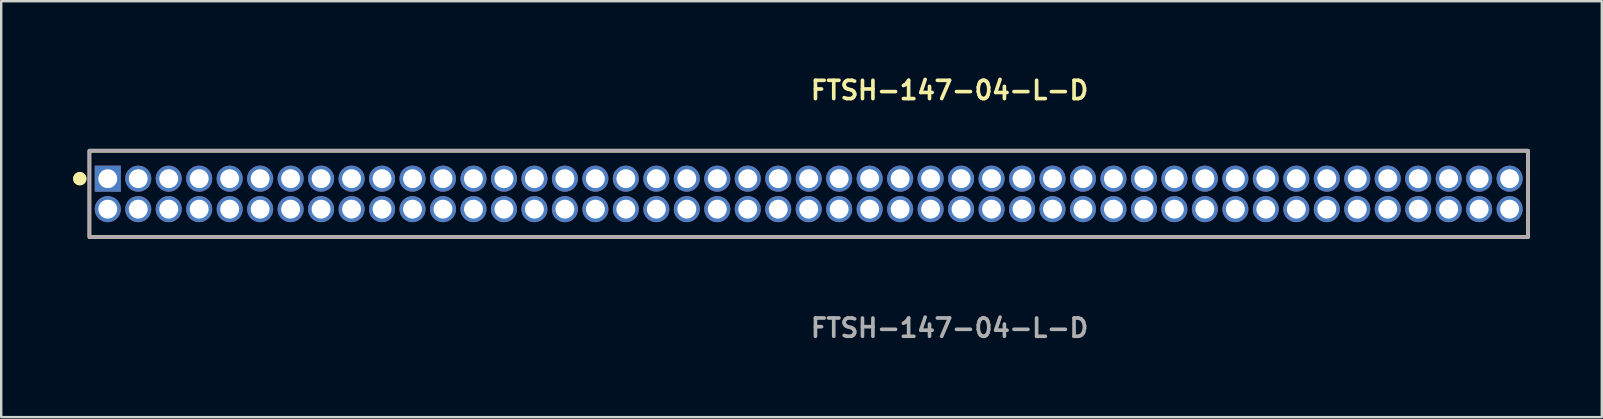
<source format=kicad_pcb>
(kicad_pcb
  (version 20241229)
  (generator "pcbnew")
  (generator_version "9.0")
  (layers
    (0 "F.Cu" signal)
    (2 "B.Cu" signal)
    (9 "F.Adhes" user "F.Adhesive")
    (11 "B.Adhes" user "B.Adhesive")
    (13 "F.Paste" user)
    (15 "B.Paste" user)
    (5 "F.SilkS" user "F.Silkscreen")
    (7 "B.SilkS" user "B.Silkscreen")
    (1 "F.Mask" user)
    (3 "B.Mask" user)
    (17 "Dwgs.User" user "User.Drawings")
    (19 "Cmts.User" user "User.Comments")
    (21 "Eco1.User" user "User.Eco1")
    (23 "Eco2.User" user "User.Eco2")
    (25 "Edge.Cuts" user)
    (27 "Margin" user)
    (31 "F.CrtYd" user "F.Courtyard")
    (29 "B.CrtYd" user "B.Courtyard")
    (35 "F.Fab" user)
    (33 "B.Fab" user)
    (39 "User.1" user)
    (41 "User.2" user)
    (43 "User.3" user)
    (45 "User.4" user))
  (footprint "FTSH-147-04-L-D"
    (layer "F.Cu")
    (at 30.651 5.031)
    (property "Reference" "FTSH-147-04-L-D" (at 0 -4.318 0) (unlocked yes) (layer "F.SilkS") (effects (font (size 0.762 0.762) (thickness 0.152)) (justify left)))
    (fp_rect (start -29.975 1.8) (end 29.975 -1.8) (stroke (width 0.152) (type solid)) (fill no) (layer "F.SilkS"))
    (fp_circle (center -30.375 -0.635) (end -30.575 -0.635) (stroke (width 0.152) (type solid)) (fill yes) (layer "F.SilkS"))
    (fp_circle (center -30.375 -0.635) (end -30.575 -0.635) (stroke (width 0.152) (type solid)) (fill yes) (layer "F.SilkS"))
    (fp_rect (start -29.975 1.8) (end 29.975 -1.8) (stroke (width 0.006) (type solid)) (fill no) (layer "F.CrtYd"))
    (fp_rect (start -29.975 1.8) (end 29.975 -1.8) (stroke (width 0.152) (type solid)) (fill no) (layer "F.Fab"))
    (fp_text user "${REFERENCE}" (at 0 5.588 0) (unlocked yes) (layer "F.Fab") (effects (font (size 0.762 0.762) (thickness 0.152)) (justify left)))
    (pad "1" thru_hole rect (at -29.21 -0.635) (size 1.087 1.087) (drill 0.787) (layers "*.Cu" "*.Mask"))
    (pad "2" thru_hole circle (at -29.21 0.635) (size 1.087 1.087) (drill 0.787) (layers "*.Cu" "*.Mask"))
    (pad "3" thru_hole circle (at -27.94 -0.635) (size 1.087 1.087) (drill 0.787) (layers "*.Cu" "*.Mask"))
    (pad "4" thru_hole circle (at -27.94 0.635) (size 1.087 1.087) (drill 0.787) (layers "*.Cu" "*.Mask"))
    (pad "5" thru_hole circle (at -26.67 -0.635) (size 1.087 1.087) (drill 0.787) (layers "*.Cu" "*.Mask"))
    (pad "6" thru_hole circle (at -26.67 0.635) (size 1.087 1.087) (drill 0.787) (layers "*.Cu" "*.Mask"))
    (pad "7" thru_hole circle (at -25.4 -0.635) (size 1.087 1.087) (drill 0.787) (layers "*.Cu" "*.Mask"))
    (pad "8" thru_hole circle (at -25.4 0.635) (size 1.087 1.087) (drill 0.787) (layers "*.Cu" "*.Mask"))
    (pad "9" thru_hole circle (at -24.13 -0.635) (size 1.087 1.087) (drill 0.787) (layers "*.Cu" "*.Mask"))
    (pad "10" thru_hole circle (at -24.13 0.635) (size 1.087 1.087) (drill 0.787) (layers "*.Cu" "*.Mask"))
    (pad "11" thru_hole circle (at -22.86 -0.635) (size 1.087 1.087) (drill 0.787) (layers "*.Cu" "*.Mask"))
    (pad "12" thru_hole circle (at -22.86 0.635) (size 1.087 1.087) (drill 0.787) (layers "*.Cu" "*.Mask"))
    (pad "13" thru_hole circle (at -21.59 -0.635) (size 1.087 1.087) (drill 0.787) (layers "*.Cu" "*.Mask"))
    (pad "14" thru_hole circle (at -21.59 0.635) (size 1.087 1.087) (drill 0.787) (layers "*.Cu" "*.Mask"))
    (pad "15" thru_hole circle (at -20.32 -0.635) (size 1.087 1.087) (drill 0.787) (layers "*.Cu" "*.Mask"))
    (pad "16" thru_hole circle (at -20.32 0.635) (size 1.087 1.087) (drill 0.787) (layers "*.Cu" "*.Mask"))
    (pad "17" thru_hole circle (at -19.05 -0.635) (size 1.087 1.087) (drill 0.787) (layers "*.Cu" "*.Mask"))
    (pad "18" thru_hole circle (at -19.05 0.635) (size 1.087 1.087) (drill 0.787) (layers "*.Cu" "*.Mask"))
    (pad "19" thru_hole circle (at -17.78 -0.635) (size 1.087 1.087) (drill 0.787) (layers "*.Cu" "*.Mask"))
    (pad "20" thru_hole circle (at -17.78 0.635) (size 1.087 1.087) (drill 0.787) (layers "*.Cu" "*.Mask"))
    (pad "21" thru_hole circle (at -16.51 -0.635) (size 1.087 1.087) (drill 0.787) (layers "*.Cu" "*.Mask"))
    (pad "22" thru_hole circle (at -16.51 0.635) (size 1.087 1.087) (drill 0.787) (layers "*.Cu" "*.Mask"))
    (pad "23" thru_hole circle (at -15.24 -0.635) (size 1.087 1.087) (drill 0.787) (layers "*.Cu" "*.Mask"))
    (pad "24" thru_hole circle (at -15.24 0.635) (size 1.087 1.087) (drill 0.787) (layers "*.Cu" "*.Mask"))
    (pad "25" thru_hole circle (at -13.97 -0.635) (size 1.087 1.087) (drill 0.787) (layers "*.Cu" "*.Mask"))
    (pad "26" thru_hole circle (at -13.97 0.635) (size 1.087 1.087) (drill 0.787) (layers "*.Cu" "*.Mask"))
    (pad "27" thru_hole circle (at -12.7 -0.635) (size 1.087 1.087) (drill 0.787) (layers "*.Cu" "*.Mask"))
    (pad "28" thru_hole circle (at -12.7 0.635) (size 1.087 1.087) (drill 0.787) (layers "*.Cu" "*.Mask"))
    (pad "29" thru_hole circle (at -11.43 -0.635) (size 1.087 1.087) (drill 0.787) (layers "*.Cu" "*.Mask"))
    (pad "30" thru_hole circle (at -11.43 0.635) (size 1.087 1.087) (drill 0.787) (layers "*.Cu" "*.Mask"))
    (pad "31" thru_hole circle (at -10.16 -0.635) (size 1.087 1.087) (drill 0.787) (layers "*.Cu" "*.Mask"))
    (pad "32" thru_hole circle (at -10.16 0.635) (size 1.087 1.087) (drill 0.787) (layers "*.Cu" "*.Mask"))
    (pad "33" thru_hole circle (at -8.89 -0.635) (size 1.087 1.087) (drill 0.787) (layers "*.Cu" "*.Mask"))
    (pad "34" thru_hole circle (at -8.89 0.635) (size 1.087 1.087) (drill 0.787) (layers "*.Cu" "*.Mask"))
    (pad "35" thru_hole circle (at -7.62 -0.635) (size 1.087 1.087) (drill 0.787) (layers "*.Cu" "*.Mask"))
    (pad "36" thru_hole circle (at -7.62 0.635) (size 1.087 1.087) (drill 0.787) (layers "*.Cu" "*.Mask"))
    (pad "37" thru_hole circle (at -6.35 -0.635) (size 1.087 1.087) (drill 0.787) (layers "*.Cu" "*.Mask"))
    (pad "38" thru_hole circle (at -6.35 0.635) (size 1.087 1.087) (drill 0.787) (layers "*.Cu" "*.Mask"))
    (pad "39" thru_hole circle (at -5.08 -0.635) (size 1.087 1.087) (drill 0.787) (layers "*.Cu" "*.Mask"))
    (pad "40" thru_hole circle (at -5.08 0.635) (size 1.087 1.087) (drill 0.787) (layers "*.Cu" "*.Mask"))
    (pad "41" thru_hole circle (at -3.81 -0.635) (size 1.087 1.087) (drill 0.787) (layers "*.Cu" "*.Mask"))
    (pad "42" thru_hole circle (at -3.81 0.635) (size 1.087 1.087) (drill 0.787) (layers "*.Cu" "*.Mask"))
    (pad "43" thru_hole circle (at -2.54 -0.635) (size 1.087 1.087) (drill 0.787) (layers "*.Cu" "*.Mask"))
    (pad "44" thru_hole circle (at -2.54 0.635) (size 1.087 1.087) (drill 0.787) (layers "*.Cu" "*.Mask"))
    (pad "45" thru_hole circle (at -1.27 -0.635) (size 1.087 1.087) (drill 0.787) (layers "*.Cu" "*.Mask"))
    (pad "46" thru_hole circle (at -1.27 0.635) (size 1.087 1.087) (drill 0.787) (layers "*.Cu" "*.Mask"))
    (pad "47" thru_hole circle (at 0 -0.635) (size 1.087 1.087) (drill 0.787) (layers "*.Cu" "*.Mask"))
    (pad "48" thru_hole circle (at 0 0.635) (size 1.087 1.087) (drill 0.787) (layers "*.Cu" "*.Mask"))
    (pad "49" thru_hole circle (at 1.27 -0.635) (size 1.087 1.087) (drill 0.787) (layers "*.Cu" "*.Mask"))
    (pad "50" thru_hole circle (at 1.27 0.635) (size 1.087 1.087) (drill 0.787) (layers "*.Cu" "*.Mask"))
    (pad "51" thru_hole circle (at 2.54 -0.635) (size 1.087 1.087) (drill 0.787) (layers "*.Cu" "*.Mask"))
    (pad "52" thru_hole circle (at 2.54 0.635) (size 1.087 1.087) (drill 0.787) (layers "*.Cu" "*.Mask"))
    (pad "53" thru_hole circle (at 3.81 -0.635) (size 1.087 1.087) (drill 0.787) (layers "*.Cu" "*.Mask"))
    (pad "54" thru_hole circle (at 3.81 0.635) (size 1.087 1.087) (drill 0.787) (layers "*.Cu" "*.Mask"))
    (pad "55" thru_hole circle (at 5.08 -0.635) (size 1.087 1.087) (drill 0.787) (layers "*.Cu" "*.Mask"))
    (pad "56" thru_hole circle (at 5.08 0.635) (size 1.087 1.087) (drill 0.787) (layers "*.Cu" "*.Mask"))
    (pad "57" thru_hole circle (at 6.35 -0.635) (size 1.087 1.087) (drill 0.787) (layers "*.Cu" "*.Mask"))
    (pad "58" thru_hole circle (at 6.35 0.635) (size 1.087 1.087) (drill 0.787) (layers "*.Cu" "*.Mask"))
    (pad "59" thru_hole circle (at 7.62 -0.635) (size 1.087 1.087) (drill 0.787) (layers "*.Cu" "*.Mask"))
    (pad "60" thru_hole circle (at 7.62 0.635) (size 1.087 1.087) (drill 0.787) (layers "*.Cu" "*.Mask"))
    (pad "61" thru_hole circle (at 8.89 -0.635) (size 1.087 1.087) (drill 0.787) (layers "*.Cu" "*.Mask"))
    (pad "62" thru_hole circle (at 8.89 0.635) (size 1.087 1.087) (drill 0.787) (layers "*.Cu" "*.Mask"))
    (pad "63" thru_hole circle (at 10.16 -0.635) (size 1.087 1.087) (drill 0.787) (layers "*.Cu" "*.Mask"))
    (pad "64" thru_hole circle (at 10.16 0.635) (size 1.087 1.087) (drill 0.787) (layers "*.Cu" "*.Mask"))
    (pad "65" thru_hole circle (at 11.43 -0.635) (size 1.087 1.087) (drill 0.787) (layers "*.Cu" "*.Mask"))
    (pad "66" thru_hole circle (at 11.43 0.635) (size 1.087 1.087) (drill 0.787) (layers "*.Cu" "*.Mask"))
    (pad "67" thru_hole circle (at 12.7 -0.635) (size 1.087 1.087) (drill 0.787) (layers "*.Cu" "*.Mask"))
    (pad "68" thru_hole circle (at 12.7 0.635) (size 1.087 1.087) (drill 0.787) (layers "*.Cu" "*.Mask"))
    (pad "69" thru_hole circle (at 13.97 -0.635) (size 1.087 1.087) (drill 0.787) (layers "*.Cu" "*.Mask"))
    (pad "70" thru_hole circle (at 13.97 0.635) (size 1.087 1.087) (drill 0.787) (layers "*.Cu" "*.Mask"))
    (pad "71" thru_hole circle (at 15.24 -0.635) (size 1.087 1.087) (drill 0.787) (layers "*.Cu" "*.Mask"))
    (pad "72" thru_hole circle (at 15.24 0.635) (size 1.087 1.087) (drill 0.787) (layers "*.Cu" "*.Mask"))
    (pad "73" thru_hole circle (at 16.51 -0.635) (size 1.087 1.087) (drill 0.787) (layers "*.Cu" "*.Mask"))
    (pad "74" thru_hole circle (at 16.51 0.635) (size 1.087 1.087) (drill 0.787) (layers "*.Cu" "*.Mask"))
    (pad "75" thru_hole circle (at 17.78 -0.635) (size 1.087 1.087) (drill 0.787) (layers "*.Cu" "*.Mask"))
    (pad "76" thru_hole circle (at 17.78 0.635) (size 1.087 1.087) (drill 0.787) (layers "*.Cu" "*.Mask"))
    (pad "77" thru_hole circle (at 19.05 -0.635) (size 1.087 1.087) (drill 0.787) (layers "*.Cu" "*.Mask"))
    (pad "78" thru_hole circle (at 19.05 0.635) (size 1.087 1.087) (drill 0.787) (layers "*.Cu" "*.Mask"))
    (pad "79" thru_hole circle (at 20.32 -0.635) (size 1.087 1.087) (drill 0.787) (layers "*.Cu" "*.Mask"))
    (pad "80" thru_hole circle (at 20.32 0.635) (size 1.087 1.087) (drill 0.787) (layers "*.Cu" "*.Mask"))
    (pad "81" thru_hole circle (at 21.59 -0.635) (size 1.087 1.087) (drill 0.787) (layers "*.Cu" "*.Mask"))
    (pad "82" thru_hole circle (at 21.59 0.635) (size 1.087 1.087) (drill 0.787) (layers "*.Cu" "*.Mask"))
    (pad "83" thru_hole circle (at 22.86 -0.635) (size 1.087 1.087) (drill 0.787) (layers "*.Cu" "*.Mask"))
    (pad "84" thru_hole circle (at 22.86 0.635) (size 1.087 1.087) (drill 0.787) (layers "*.Cu" "*.Mask"))
    (pad "85" thru_hole circle (at 24.13 -0.635) (size 1.087 1.087) (drill 0.787) (layers "*.Cu" "*.Mask"))
    (pad "86" thru_hole circle (at 24.13 0.635) (size 1.087 1.087) (drill 0.787) (layers "*.Cu" "*.Mask"))
    (pad "87" thru_hole circle (at 25.4 -0.635) (size 1.087 1.087) (drill 0.787) (layers "*.Cu" "*.Mask"))
    (pad "88" thru_hole circle (at 25.4 0.635) (size 1.087 1.087) (drill 0.787) (layers "*.Cu" "*.Mask"))
    (pad "89" thru_hole circle (at 26.67 -0.635) (size 1.087 1.087) (drill 0.787) (layers "*.Cu" "*.Mask"))
    (pad "90" thru_hole circle (at 26.67 0.635) (size 1.087 1.087) (drill 0.787) (layers "*.Cu" "*.Mask"))
    (pad "91" thru_hole circle (at 27.94 -0.635) (size 1.087 1.087) (drill 0.787) (layers "*.Cu" "*.Mask"))
    (pad "92" thru_hole circle (at 27.94 0.635) (size 1.087 1.087) (drill 0.787) (layers "*.Cu" "*.Mask"))
    (pad "93" thru_hole circle (at 29.21 -0.635) (size 1.087 1.087) (drill 0.787) (layers "*.Cu" "*.Mask"))
    (pad "94" thru_hole circle (at 29.21 0.635) (size 1.087 1.087) (drill 0.787) (layers "*.Cu" "*.Mask")))
  (gr_rect
    (start -3 -3)
    (end 63.702 14.332)
    (stroke (width 0.1) (type default))
    (fill no)
    (layer "Edge.Cuts")))
</source>
